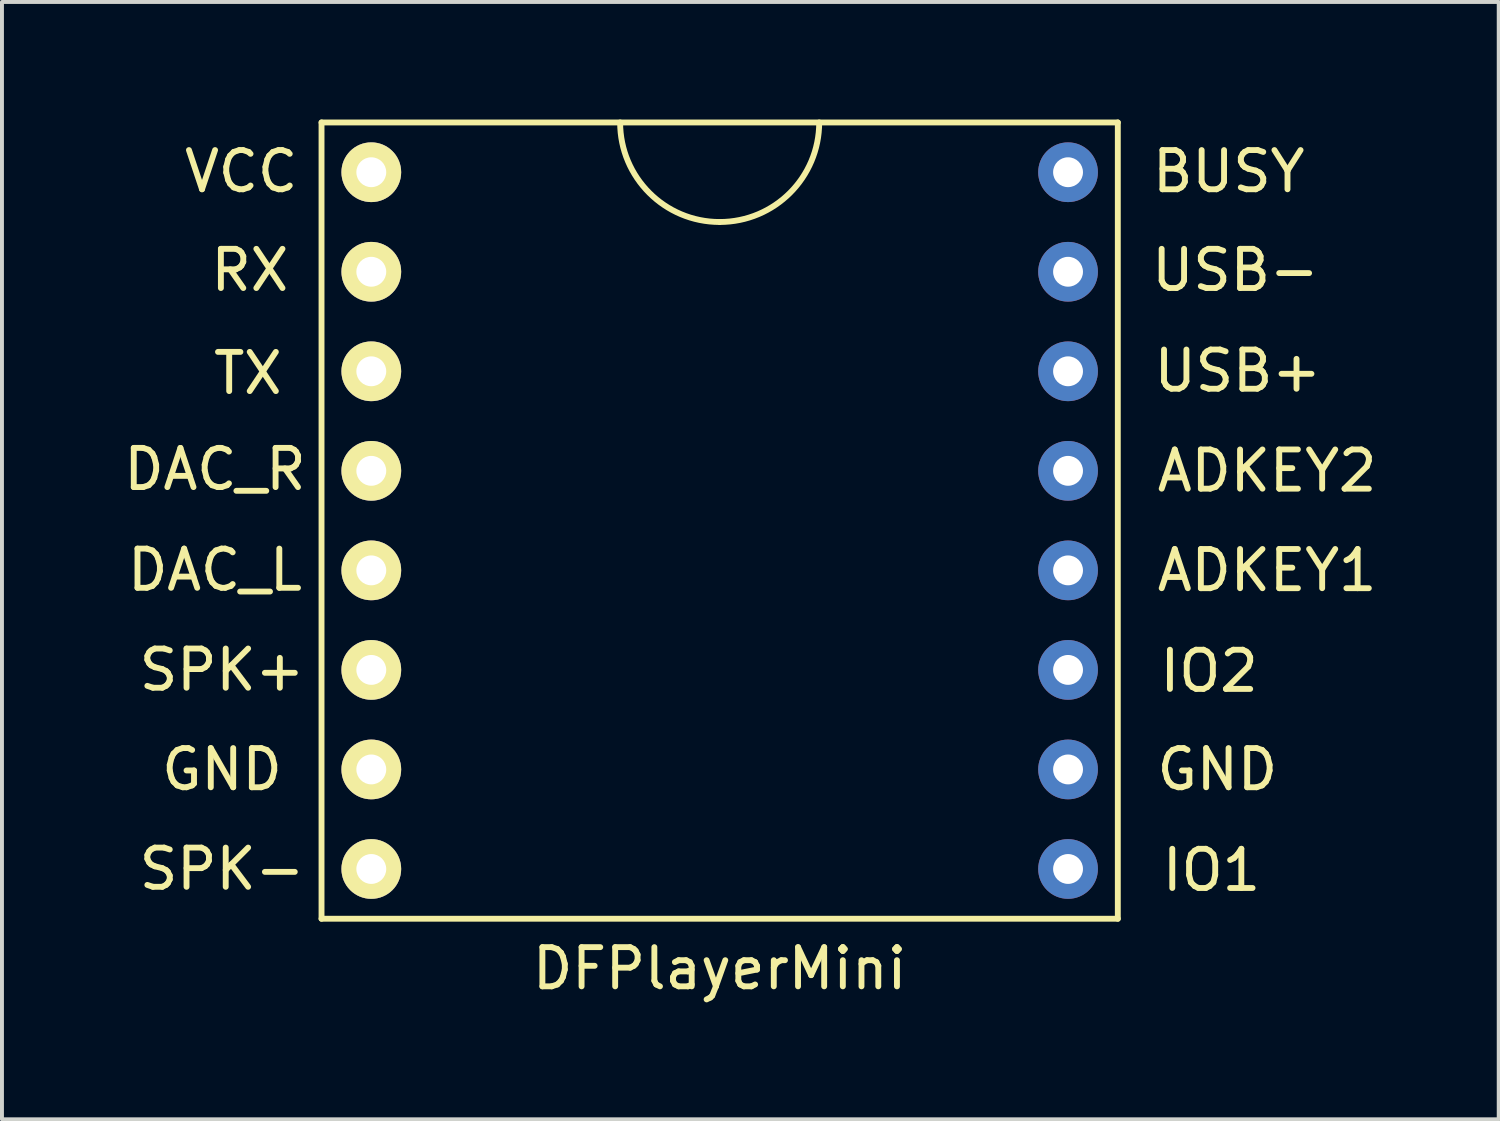
<source format=kicad_pcb>
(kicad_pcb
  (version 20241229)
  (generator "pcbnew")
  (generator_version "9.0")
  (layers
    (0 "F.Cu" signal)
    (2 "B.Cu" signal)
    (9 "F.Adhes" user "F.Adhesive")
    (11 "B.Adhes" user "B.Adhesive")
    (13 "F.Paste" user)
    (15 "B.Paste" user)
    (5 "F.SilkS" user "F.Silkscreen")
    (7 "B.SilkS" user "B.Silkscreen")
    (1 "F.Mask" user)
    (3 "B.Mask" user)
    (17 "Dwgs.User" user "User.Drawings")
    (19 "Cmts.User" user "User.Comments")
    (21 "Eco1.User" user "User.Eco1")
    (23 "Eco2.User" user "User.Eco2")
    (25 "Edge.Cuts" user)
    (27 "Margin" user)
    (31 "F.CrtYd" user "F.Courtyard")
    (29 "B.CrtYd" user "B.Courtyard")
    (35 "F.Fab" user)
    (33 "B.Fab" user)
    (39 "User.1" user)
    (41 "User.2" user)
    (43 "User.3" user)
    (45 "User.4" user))
  (footprint "DFPlayerMini"
    (layer "F.Cu")
    (at 15.315 11.505)
    (property "Reference" "DFPlayerMini" (at 0 10.16 0) (layer "F.SilkS") (effects (font (size 1 1) (thickness 0.15))))
    (attr through_hole)
    (fp_line (start -10.16 -11.43) (end 10.16 -11.43) (stroke (width 0.15) (type solid)) (layer "F.SilkS"))
    (fp_line (start -10.16 8.89) (end -10.16 -11.43) (stroke (width 0.15) (type solid)) (layer "F.SilkS"))
    (fp_line (start 10.16 -11.43) (end 10.16 8.89) (stroke (width 0.15) (type solid)) (layer "F.SilkS"))
    (fp_line (start 10.16 8.89) (end -10.16 8.89) (stroke (width 0.15) (type solid)) (layer "F.SilkS"))
    (fp_arc (start 0 -8.89) (mid -1.796051 -9.633949) (end -2.54 -11.43) (stroke (width 0.15) (type solid)) (layer "F.SilkS"))
    (fp_arc (start 2.54 -11.43) (mid 1.796051 -9.633949) (end 0 -8.89) (stroke (width 0.15) (type solid)) (layer "F.SilkS"))
    (fp_text user "VCC" (at -12.21 -10.18 0) (layer "F.SilkS") (effects (font (size 1 1) (thickness 0.15))))
    (fp_text user "IO1" (at 12.55 7.65 0) (layer "F.SilkS") (effects (font (size 1 1) (thickness 0.15))))
    (fp_text user "GND" (at -12.7 5.08 0) (layer "F.SilkS") (effects (font (size 1 1) (thickness 0.15))))
    (fp_text user "BUSY" (at 12.99 -10.18 0) (layer "F.SilkS") (effects (font (size 1 1) (thickness 0.15))))
    (fp_text user "USB+" (at 13.22 -5.09 0) (layer "F.SilkS") (effects (font (size 1 1) (thickness 0.15))))
    (fp_text user "GND" (at 12.7 5.08 0) (layer "F.SilkS") (effects (font (size 1 1) (thickness 0.15))))
    (fp_text user "RX" (at -11.99 -7.66 0) (layer "F.SilkS") (effects (font (size 1 1) (thickness 0.15))))
    (fp_text user "DAC_R" (at -12.88 -2.58 0) (layer "F.SilkS") (effects (font (size 1 1) (thickness 0.15))))
    (fp_text user "USB-" (at 13.16 -7.66 0) (layer "F.SilkS") (effects (font (size 1 1) (thickness 0.15))))
    (fp_text user "DAC_L" (at -12.88 -0.01 0) (layer "F.SilkS") (effects (font (size 1 1) (thickness 0.15))))
    (fp_text user "SPK-" (at -12.7 7.62 0) (layer "F.SilkS") (effects (font (size 1 1) (thickness 0.15))))
    (fp_text user "SPK+" (at -12.7 2.54 0) (layer "F.SilkS") (effects (font (size 1 1) (thickness 0.15))))
    (fp_text user "TX" (at -12.04 -5.03 0) (layer "F.SilkS") (effects (font (size 1 1) (thickness 0.15))))
    (fp_text user "ADKEY1" (at 13.97 0 0) (layer "F.SilkS") (effects (font (size 1 1) (thickness 0.15))))
    (fp_text user "ADKEY2" (at 13.97 -2.54 0) (layer "F.SilkS") (effects (font (size 1 1) (thickness 0.15))))
    (fp_text user "IO2" (at 12.49 2.57 0) (layer "F.SilkS") (effects (font (size 1 1) (thickness 0.15))))
    (pad "1" thru_hole circle (at -8.89 -10.16) (size 1.524 1.524) (drill 0.762) (layers "*.Cu" "*.Mask" "F.SilkS"))
    (pad "2" thru_hole circle (at -8.89 -7.62) (size 1.524 1.524) (drill 0.762) (layers "*.Cu" "*.Mask" "F.SilkS"))
    (pad "3" thru_hole circle (at -8.89 -5.08) (size 1.524 1.524) (drill 0.762) (layers "*.Cu" "*.Mask" "F.SilkS"))
    (pad "4" thru_hole circle (at -8.89 -2.54) (size 1.524 1.524) (drill 0.762) (layers "*.Cu" "*.Mask" "F.SilkS"))
    (pad "5" thru_hole circle (at -8.89 0) (size 1.524 1.524) (drill 0.762) (layers "*.Cu" "*.Mask" "F.SilkS"))
    (pad "6" thru_hole circle (at -8.89 2.54) (size 1.524 1.524) (drill 0.762) (layers "*.Cu" "*.Mask" "F.SilkS"))
    (pad "7" thru_hole circle (at -8.89 5.08) (size 1.524 1.524) (drill 0.762) (layers "*.Cu" "*.Mask" "F.SilkS"))
    (pad "8" thru_hole circle (at -8.89 7.62) (size 1.524 1.524) (drill 0.762) (layers "*.Cu" "*.Mask" "F.SilkS"))
    (pad "9" thru_hole circle (at 8.89 7.62) (size 1.524 1.524) (drill 0.762) (layers "*.Cu" "*.Mask"))
    (pad "10" thru_hole circle (at 8.89 5.08) (size 1.524 1.524) (drill 0.762) (layers "*.Cu" "*.Mask"))
    (pad "11" thru_hole circle (at 8.89 2.54) (size 1.524 1.524) (drill 0.762) (layers "*.Cu" "*.Mask"))
    (pad "12" thru_hole circle (at 8.89 0) (size 1.524 1.524) (drill 0.762) (layers "*.Cu" "*.Mask"))
    (pad "13" thru_hole circle (at 8.89 -2.54) (size 1.524 1.524) (drill 0.762) (layers "*.Cu" "*.Mask"))
    (pad "14" thru_hole circle (at 8.89 -5.08) (size 1.524 1.524) (drill 0.762) (layers "*.Cu" "*.Mask"))
    (pad "15" thru_hole circle (at 8.89 -7.62) (size 1.524 1.524) (drill 0.762) (layers "*.Cu" "*.Mask"))
    (pad "16" thru_hole circle (at 8.89 -10.16) (size 1.524 1.524) (drill 0.762) (layers "*.Cu" "*.Mask")))
  (gr_rect
    (start -3 -3)
    (end 35.195 25.513)
    (stroke (width 0.1) (type default))
    (fill no)
    (layer "Edge.Cuts")))
</source>
